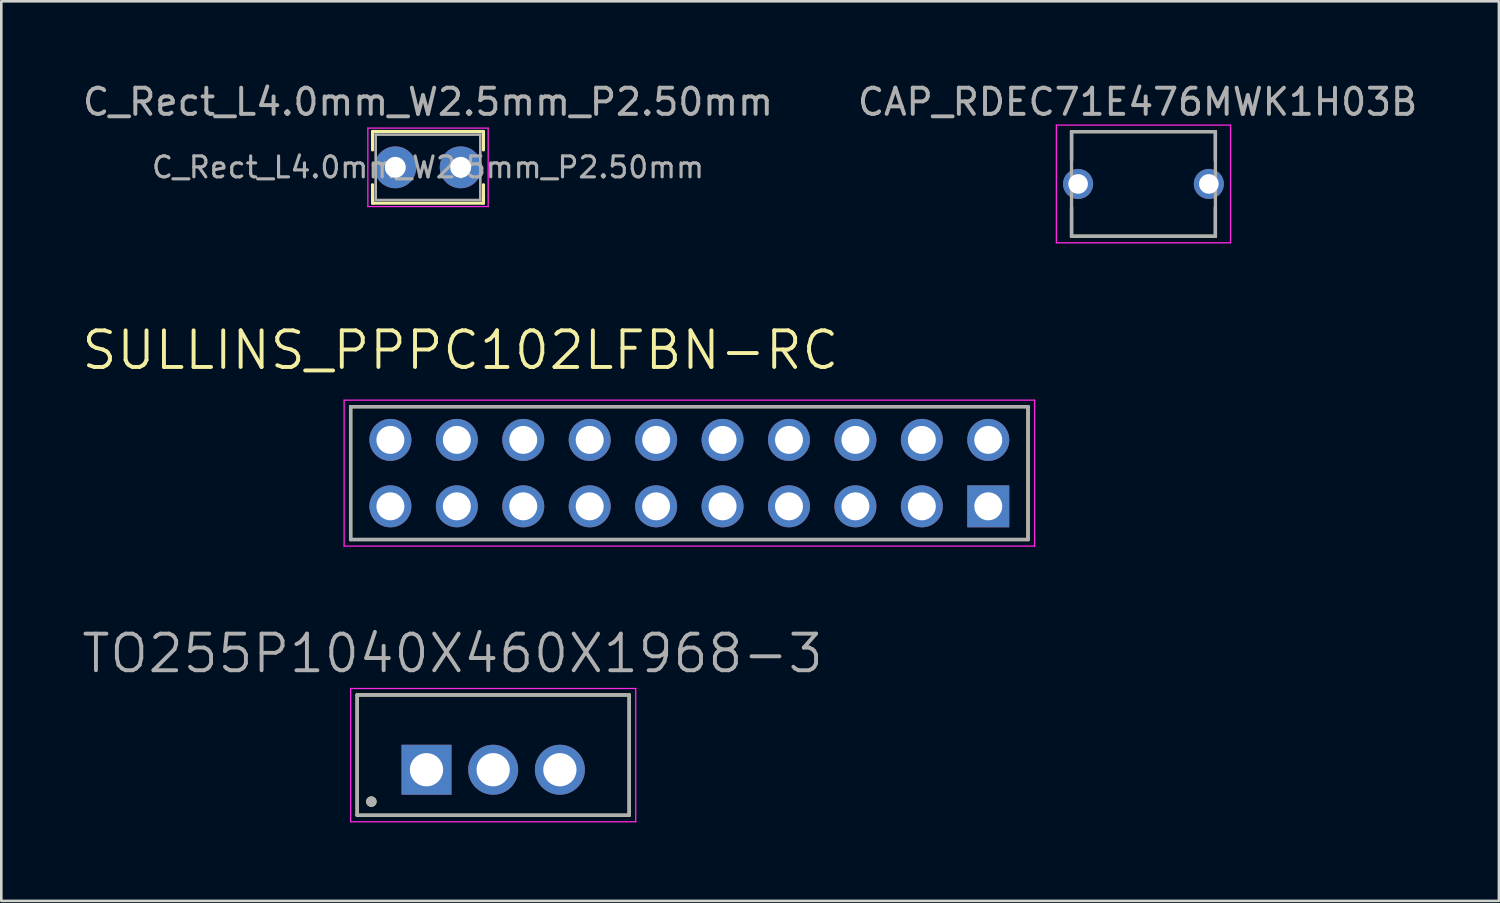
<source format=kicad_pcb>
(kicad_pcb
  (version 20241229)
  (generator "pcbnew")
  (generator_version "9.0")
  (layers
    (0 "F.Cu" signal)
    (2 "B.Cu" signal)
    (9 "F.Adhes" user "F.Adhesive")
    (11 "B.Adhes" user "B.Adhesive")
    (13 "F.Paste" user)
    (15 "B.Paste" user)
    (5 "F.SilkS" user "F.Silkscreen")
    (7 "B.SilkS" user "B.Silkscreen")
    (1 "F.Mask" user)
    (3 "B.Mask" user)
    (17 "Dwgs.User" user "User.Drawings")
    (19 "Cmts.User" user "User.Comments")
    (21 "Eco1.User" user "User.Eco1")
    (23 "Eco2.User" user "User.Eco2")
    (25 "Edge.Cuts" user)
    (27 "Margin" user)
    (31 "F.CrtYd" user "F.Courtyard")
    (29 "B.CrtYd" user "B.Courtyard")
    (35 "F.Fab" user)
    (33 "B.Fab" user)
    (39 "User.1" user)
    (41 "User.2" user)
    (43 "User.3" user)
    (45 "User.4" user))
  (footprint "SULLINS_PPPC102LFBN-RC"
    (layer "F.Cu")
    (at 23.307 15.04)
    (property "Reference" "SULLINS_PPPC102LFBN-RC" (at -8.755 -4.699 0) (layer "F.SilkS") (effects (font (size 1.4 1.4) (thickness 0.15))))
    (attr through_hole)
    (fp_line (start -12.95 -2.54) (end -12.95 2.54) (stroke (width 0.127) (type solid)) (layer "F.SilkS"))
    (fp_line (start -12.95 2.54) (end 12.95 2.54) (stroke (width 0.127) (type solid)) (layer "F.SilkS"))
    (fp_line (start 12.95 -2.54) (end -12.95 -2.54) (stroke (width 0.127) (type solid)) (layer "F.SilkS"))
    (fp_line (start 12.95 2.54) (end 12.95 -2.54) (stroke (width 0.127) (type solid)) (layer "F.SilkS"))
    (fp_line (start -13.2 -2.79) (end 13.2 -2.79) (stroke (width 0.05) (type solid)) (layer "F.CrtYd"))
    (fp_line (start -13.2 2.79) (end -13.2 -2.79) (stroke (width 0.05) (type solid)) (layer "F.CrtYd"))
    (fp_line (start 13.2 -2.79) (end 13.2 2.79) (stroke (width 0.05) (type solid)) (layer "F.CrtYd"))
    (fp_line (start 13.2 2.79) (end -13.2 2.79) (stroke (width 0.05) (type solid)) (layer "F.CrtYd"))
    (fp_line (start -12.95 -2.54) (end 12.95 -2.54) (stroke (width 0.127) (type solid)) (layer "F.Fab"))
    (fp_line (start -12.95 2.54) (end -12.95 -2.54) (stroke (width 0.127) (type solid)) (layer "F.Fab"))
    (fp_line (start 12.95 -2.54) (end 12.95 2.54) (stroke (width 0.127) (type solid)) (layer "F.Fab"))
    (fp_line (start 12.95 2.54) (end -12.95 2.54) (stroke (width 0.127) (type solid)) (layer "F.Fab"))
    (pad "1" thru_hole rect (at 11.43 1.27) (size 1.605 1.605) (drill 1.07) (layers "*.Cu" "*.Mask"))
    (pad "2" thru_hole circle (at 11.43 -1.27) (size 1.605 1.605) (drill 1.07) (layers "*.Cu" "*.Mask"))
    (pad "3" thru_hole circle (at 8.89 1.27) (size 1.605 1.605) (drill 1.07) (layers "*.Cu" "*.Mask"))
    (pad "4" thru_hole circle (at 8.89 -1.27) (size 1.605 1.605) (drill 1.07) (layers "*.Cu" "*.Mask"))
    (pad "5" thru_hole circle (at 6.35 1.27) (size 1.605 1.605) (drill 1.07) (layers "*.Cu" "*.Mask"))
    (pad "6" thru_hole circle (at 6.35 -1.27) (size 1.605 1.605) (drill 1.07) (layers "*.Cu" "*.Mask"))
    (pad "7" thru_hole circle (at 3.81 1.27) (size 1.605 1.605) (drill 1.07) (layers "*.Cu" "*.Mask"))
    (pad "8" thru_hole circle (at 3.81 -1.27) (size 1.605 1.605) (drill 1.07) (layers "*.Cu" "*.Mask"))
    (pad "9" thru_hole circle (at 1.27 1.27) (size 1.605 1.605) (drill 1.07) (layers "*.Cu" "*.Mask"))
    (pad "10" thru_hole circle (at 1.27 -1.27) (size 1.605 1.605) (drill 1.07) (layers "*.Cu" "*.Mask"))
    (pad "11" thru_hole circle (at -1.27 1.27) (size 1.605 1.605) (drill 1.07) (layers "*.Cu" "*.Mask"))
    (pad "12" thru_hole circle (at -1.27 -1.27) (size 1.605 1.605) (drill 1.07) (layers "*.Cu" "*.Mask"))
    (pad "13" thru_hole circle (at -3.81 1.27) (size 1.605 1.605) (drill 1.07) (layers "*.Cu" "*.Mask"))
    (pad "14" thru_hole circle (at -3.81 -1.27) (size 1.605 1.605) (drill 1.07) (layers "*.Cu" "*.Mask"))
    (pad "15" thru_hole circle (at -6.35 1.27) (size 1.605 1.605) (drill 1.07) (layers "*.Cu" "*.Mask"))
    (pad "16" thru_hole circle (at -6.35 -1.27) (size 1.605 1.605) (drill 1.07) (layers "*.Cu" "*.Mask"))
    (pad "17" thru_hole circle (at -8.89 1.27) (size 1.605 1.605) (drill 1.07) (layers "*.Cu" "*.Mask"))
    (pad "18" thru_hole circle (at -8.89 -1.27) (size 1.605 1.605) (drill 1.07) (layers "*.Cu" "*.Mask"))
    (pad "19" thru_hole circle (at -11.43 1.27) (size 1.605 1.605) (drill 1.07) (layers "*.Cu" "*.Mask"))
    (pad "20" thru_hole circle (at -11.43 -1.27) (size 1.605 1.605) (drill 1.07) (layers "*.Cu" "*.Mask")))
  (footprint "CAP_RDEC71E476MWK1H03B"
    (layer "F.Cu")
    (at 40.671 3.983)
    (property "Reference" "CAP_RDEC71E476MWK1H03B" (at -0.225 -3.135 0) (layer "F.Fab") (effects (font (size 1 1) (thickness 0.15))))
    (attr through_hole)
    (fp_line (start -2.75 -2) (end -2.75 -0.9) (stroke (width 0.127) (type solid)) (layer "F.SilkS"))
    (fp_line (start -2.75 0.9) (end -2.75 2) (stroke (width 0.127) (type solid)) (layer "F.SilkS"))
    (fp_line (start 2.75 -2) (end -2.75 -2) (stroke (width 0.127) (type solid)) (layer "F.SilkS"))
    (fp_line (start 2.75 -2) (end 2.75 -0.9) (stroke (width 0.127) (type solid)) (layer "F.SilkS"))
    (fp_line (start 2.75 0.9) (end 2.75 2) (stroke (width 0.127) (type solid)) (layer "F.SilkS"))
    (fp_line (start 2.75 2) (end -2.75 2) (stroke (width 0.127) (type solid)) (layer "F.SilkS"))
    (fp_line (start -3.33 -2.25) (end 3.33 -2.25) (stroke (width 0.05) (type solid)) (layer "F.CrtYd"))
    (fp_line (start -3.33 2.25) (end -3.33 -2.25) (stroke (width 0.05) (type solid)) (layer "F.CrtYd"))
    (fp_line (start 3.33 -2.25) (end 3.33 2.25) (stroke (width 0.05) (type solid)) (layer "F.CrtYd"))
    (fp_line (start 3.33 2.25) (end -3.33 2.25) (stroke (width 0.05) (type solid)) (layer "F.CrtYd"))
    (fp_line (start -2.75 -2) (end 2.75 -2) (stroke (width 0.127) (type solid)) (layer "F.Fab"))
    (fp_line (start -2.75 2) (end -2.75 -2) (stroke (width 0.127) (type solid)) (layer "F.Fab"))
    (fp_line (start 2.75 -2) (end 2.75 2) (stroke (width 0.127) (type solid)) (layer "F.Fab"))
    (fp_line (start 2.75 2) (end -2.75 2) (stroke (width 0.127) (type solid)) (layer "F.Fab"))
    (pad "1" thru_hole circle (at -2.5 0) (size 1.15 1.15) (drill 0.75) (layers "*.Cu" "*.Mask"))
    (pad "2" thru_hole circle (at 2.5 0) (size 1.15 1.15) (drill 0.75) (layers "*.Cu" "*.Mask")))
  (footprint "TO255P1040X460X1968-3"
    (layer "F.Cu")
    (at 13.257 26.381)
    (property "Reference" "TO255P1040X460X1968-3" (at 0.995 -4.444 0) (layer "F.Fab") (effects (font (size 1.4 1.4) (thickness 0.15))))
    (attr through_hole)
    (fp_line (start -2.65 -2.86) (end 7.75 -2.86) (stroke (width 0.127) (type solid)) (layer "F.SilkS"))
    (fp_line (start -2.65 1.74) (end -2.65 -2.86) (stroke (width 0.127) (type solid)) (layer "F.SilkS"))
    (fp_line (start 7.75 -2.86) (end 7.75 1.74) (stroke (width 0.127) (type solid)) (layer "F.SilkS"))
    (fp_line (start 7.75 1.74) (end -2.65 1.74) (stroke (width 0.127) (type solid)) (layer "F.SilkS"))
    (fp_circle (center -2.108 1.219) (end -2.008 1.219) (stroke (width 0.2) (type solid)) (fill no) (layer "F.SilkS"))
    (fp_line (start -2.9 -3.106) (end 8 -3.106) (stroke (width 0.05) (type solid)) (layer "F.CrtYd"))
    (fp_line (start -2.9 1.99) (end -2.9 -3.106) (stroke (width 0.05) (type solid)) (layer "F.CrtYd"))
    (fp_line (start 8 -3.106) (end 8 1.99) (stroke (width 0.05) (type solid)) (layer "F.CrtYd"))
    (fp_line (start 8 1.99) (end -2.9 1.99) (stroke (width 0.05) (type solid)) (layer "F.CrtYd"))
    (fp_line (start -2.65 -2.86) (end 7.75 -2.86) (stroke (width 0.127) (type solid)) (layer "F.Fab"))
    (fp_line (start -2.65 1.74) (end -2.65 -2.86) (stroke (width 0.127) (type solid)) (layer "F.Fab"))
    (fp_line (start 7.75 -2.86) (end 7.75 1.74) (stroke (width 0.127) (type solid)) (layer "F.Fab"))
    (fp_line (start 7.75 1.74) (end -2.65 1.74) (stroke (width 0.127) (type solid)) (layer "F.Fab"))
    (fp_circle (center -2.108 1.219) (end -2.008 1.219) (stroke (width 0.2) (type solid)) (fill no) (layer "F.Fab"))
    (pad "1" thru_hole rect (at 0 0) (size 1.91 1.91) (drill 1.27) (layers "*.Cu" "*.Mask"))
    (pad "2" thru_hole circle (at 2.55 0) (size 1.91 1.91) (drill 1.27) (layers "*.Cu" "*.Mask"))
    (pad "3" thru_hole circle (at 5.1 0) (size 1.91 1.91) (drill 1.27) (layers "*.Cu" "*.Mask")))
  (footprint "C_Rect_L4.0mm_W2.5mm_P2.50mm"
    (layer "F.Cu")
    (at 12.065 3.348)
    (property "Reference" "C_Rect_L4.0mm_W2.5mm_P2.50mm" (at 1.25 -2.5 0) (layer "F.Fab") (effects (font (size 1 1) (thickness 0.15))))
    (attr through_hole)
    (fp_line (start -0.87 -1.37) (end -0.87 -0.665) (stroke (width 0.12) (type solid)) (layer "F.SilkS"))
    (fp_line (start -0.87 -1.37) (end 3.37 -1.37) (stroke (width 0.12) (type solid)) (layer "F.SilkS"))
    (fp_line (start -0.87 0.665) (end -0.87 1.37) (stroke (width 0.12) (type solid)) (layer "F.SilkS"))
    (fp_line (start -0.87 1.37) (end 3.37 1.37) (stroke (width 0.12) (type solid)) (layer "F.SilkS"))
    (fp_line (start 3.37 -1.37) (end 3.37 -0.665) (stroke (width 0.12) (type solid)) (layer "F.SilkS"))
    (fp_line (start 3.37 0.665) (end 3.37 1.37) (stroke (width 0.12) (type solid)) (layer "F.SilkS"))
    (fp_line (start -1.05 -1.5) (end -1.05 1.5) (stroke (width 0.05) (type solid)) (layer "F.CrtYd"))
    (fp_line (start -1.05 1.5) (end 3.55 1.5) (stroke (width 0.05) (type solid)) (layer "F.CrtYd"))
    (fp_line (start 3.55 -1.5) (end -1.05 -1.5) (stroke (width 0.05) (type solid)) (layer "F.CrtYd"))
    (fp_line (start 3.55 1.5) (end 3.55 -1.5) (stroke (width 0.05) (type solid)) (layer "F.CrtYd"))
    (fp_line (start -0.75 -1.25) (end -0.75 1.25) (stroke (width 0.1) (type solid)) (layer "F.Fab"))
    (fp_line (start -0.75 1.25) (end 3.25 1.25) (stroke (width 0.1) (type solid)) (layer "F.Fab"))
    (fp_line (start 3.25 -1.25) (end -0.75 -1.25) (stroke (width 0.1) (type solid)) (layer "F.Fab"))
    (fp_line (start 3.25 1.25) (end 3.25 -1.25) (stroke (width 0.1) (type solid)) (layer "F.Fab"))
    (fp_text user "${REFERENCE}" (at 1.25 0 0) (layer "F.Fab") (effects (font (size 0.8 0.8) (thickness 0.12))))
    (pad "1" thru_hole circle (at 0 0) (size 1.6 1.6) (drill 0.8) (layers "*.Cu" "*.Mask"))
    (pad "2" thru_hole circle (at 2.5 0) (size 1.6 1.6) (drill 0.8) (layers "*.Cu" "*.Mask")))
  (gr_rect
    (start -3 -3)
    (end 54.262 31.396)
    (stroke (width 0.1) (type default))
    (fill no)
    (layer "Edge.Cuts")))
</source>
